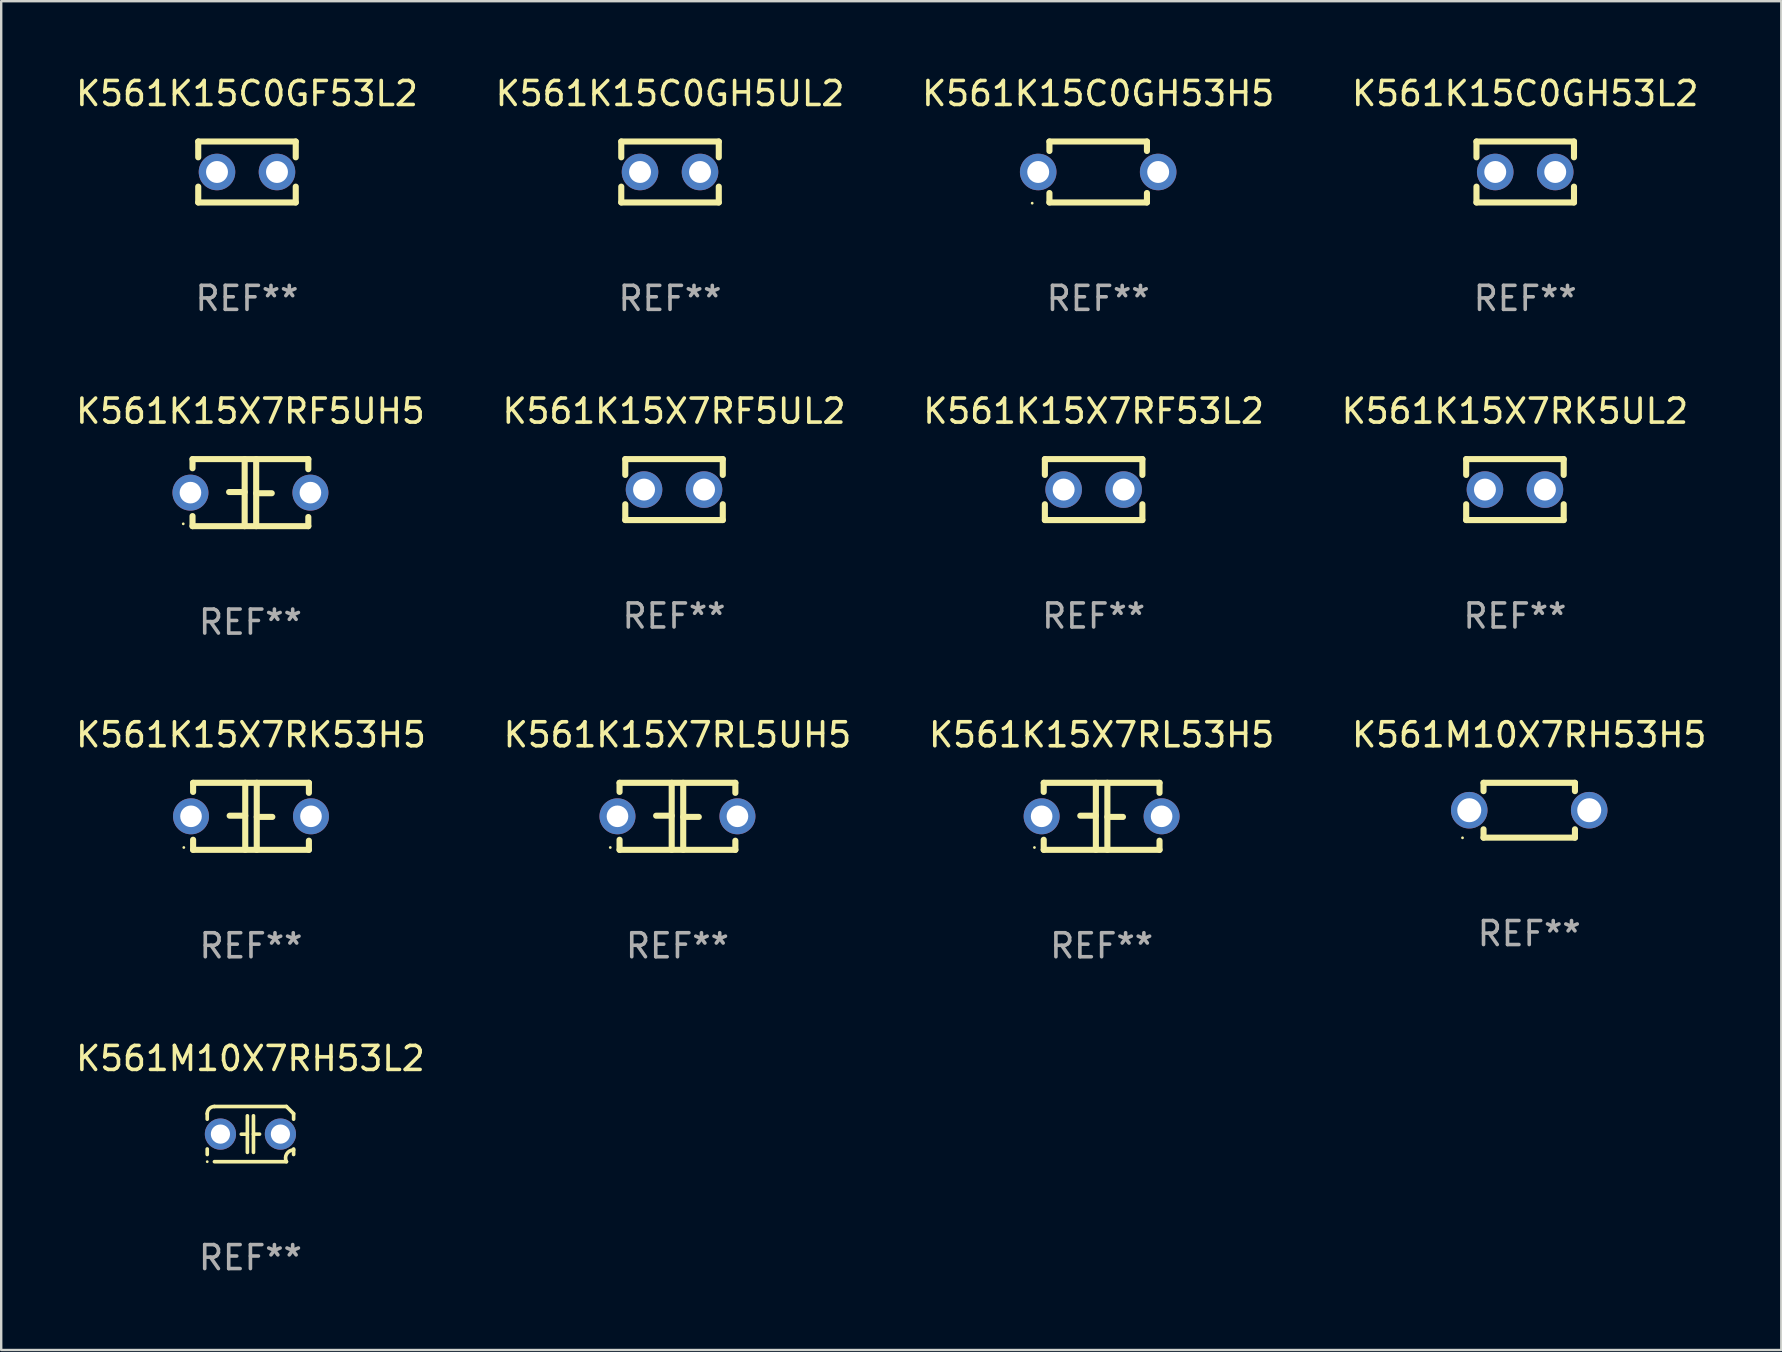
<source format=kicad_pcb>
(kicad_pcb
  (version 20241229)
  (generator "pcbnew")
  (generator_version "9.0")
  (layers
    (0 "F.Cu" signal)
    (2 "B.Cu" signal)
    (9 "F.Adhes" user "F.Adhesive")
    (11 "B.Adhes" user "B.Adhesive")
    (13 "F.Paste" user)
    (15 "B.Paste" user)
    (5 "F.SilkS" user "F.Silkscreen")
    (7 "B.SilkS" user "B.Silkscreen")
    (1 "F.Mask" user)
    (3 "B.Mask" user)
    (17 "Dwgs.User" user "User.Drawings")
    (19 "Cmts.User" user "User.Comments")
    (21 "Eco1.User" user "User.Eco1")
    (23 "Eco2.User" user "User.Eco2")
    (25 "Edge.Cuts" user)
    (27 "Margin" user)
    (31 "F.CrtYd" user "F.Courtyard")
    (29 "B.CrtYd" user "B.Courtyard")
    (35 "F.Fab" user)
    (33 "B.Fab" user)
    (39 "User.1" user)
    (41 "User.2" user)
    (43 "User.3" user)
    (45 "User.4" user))
  (footprint "K561K15X7RL5UH5"
    (layer "F.Cu")
    (at 25.185 30.972)
    (property "Reference" "K561K15X7RL5UH5" (at 0 -3.397 0) (layer "F.SilkS") (effects (font (size 1 1) (thickness 0.15))))
    (attr through_hole)
    (fp_line (start -2.413 -1.397) (end 2.413 -1.397) (stroke (width 0.254) (type solid)) (layer "F.SilkS"))
    (fp_line (start -2.413 -1.016) (end -2.413 -1.397) (stroke (width 0.254) (type solid)) (layer "F.SilkS"))
    (fp_line (start -2.413 0.977) (end -2.413 1.397) (stroke (width 0.254) (type solid)) (layer "F.SilkS"))
    (fp_line (start -0.24 -0.025) (end -0.889 -0.025) (stroke (width 0.254) (type solid)) (layer "F.SilkS"))
    (fp_line (start -0.24 1.397) (end -0.24 -1.397) (stroke (width 0.254) (type solid)) (layer "F.SilkS"))
    (fp_line (start 0.24 -1.397) (end 0.24 1.397) (stroke (width 0.254) (type solid)) (layer "F.SilkS"))
    (fp_line (start 0.24 0.025) (end 0.889 0.025) (stroke (width 0.254) (type solid)) (layer "F.SilkS"))
    (fp_line (start 2.413 -0.977) (end 2.413 -1.397) (stroke (width 0.254) (type solid)) (layer "F.SilkS"))
    (fp_line (start 2.413 1.016) (end 2.413 1.397) (stroke (width 0.254) (type solid)) (layer "F.SilkS"))
    (fp_line (start 2.413 1.397) (end -2.413 1.397) (stroke (width 0.254) (type solid)) (layer "F.SilkS"))
    (fp_circle (center -2.8 1.3) (end -2.77 1.3) (stroke (width 0.06) (type solid)) (fill no) (layer "F.SilkS"))
    (fp_text user "REF**" (at 0 5.397 0) (layer "F.Fab") (effects (font (size 1 1) (thickness 0.15))))
    (pad "1" thru_hole circle (at -2.5 0) (size 1.5 1.5) (drill 0.9) (layers "*.Cu" "*.Mask"))
    (pad "2" thru_hole circle (at 2.5 0) (size 1.5 1.5) (drill 0.9) (layers "*.Cu" "*.Mask")))
  (footprint "K561M10X7RH53H5"
    (layer "F.Cu")
    (at 60.685 30.718)
    (property "Reference" "K561M10X7RH53H5" (at 0 -3.143 0) (layer "F.SilkS") (effects (font (size 1 1) (thickness 0.15))))
    (attr through_hole)
    (fp_line (start -1.905 -1.143) (end 1.905 -1.143) (stroke (width 0.254) (type solid)) (layer "F.SilkS"))
    (fp_line (start -1.905 -0.795) (end -1.905 -1.143) (stroke (width 0.254) (type solid)) (layer "F.SilkS"))
    (fp_line (start -1.905 1.143) (end -1.905 0.795) (stroke (width 0.254) (type solid)) (layer "F.SilkS"))
    (fp_line (start 1.905 -1.143) (end 1.905 -0.795) (stroke (width 0.254) (type solid)) (layer "F.SilkS"))
    (fp_line (start 1.905 0.795) (end 1.905 1.143) (stroke (width 0.254) (type solid)) (layer "F.SilkS"))
    (fp_line (start 1.905 1.143) (end -1.905 1.143) (stroke (width 0.254) (type solid)) (layer "F.SilkS"))
    (fp_circle (center -2.781 1.15) (end -2.751 1.15) (stroke (width 0.06) (type solid)) (fill no) (layer "F.SilkS"))
    (fp_text user "REF**" (at 0 5.143 0) (layer "F.Fab") (effects (font (size 1 1) (thickness 0.15))))
    (pad "1" thru_hole circle (at -2.5 0) (size 1.524 1.524) (drill 1) (layers "*.Cu" "*.Mask"))
    (pad "2" thru_hole circle (at 2.5 0) (size 1.524 1.524) (drill 1) (layers "*.Cu" "*.Mask")))
  (footprint "K561K15X7RK53H5"
    (layer "F.Cu")
    (at 7.411 30.972)
    (property "Reference" "K561K15X7RK53H5" (at 0 -3.397 0) (layer "F.SilkS") (effects (font (size 1 1) (thickness 0.15))))
    (attr through_hole)
    (fp_line (start -2.413 -1.397) (end 2.413 -1.397) (stroke (width 0.254) (type solid)) (layer "F.SilkS"))
    (fp_line (start -2.413 -1.016) (end -2.413 -1.397) (stroke (width 0.254) (type solid)) (layer "F.SilkS"))
    (fp_line (start -2.413 0.977) (end -2.413 1.397) (stroke (width 0.254) (type solid)) (layer "F.SilkS"))
    (fp_line (start -0.24 -0.025) (end -0.889 -0.025) (stroke (width 0.254) (type solid)) (layer "F.SilkS"))
    (fp_line (start -0.24 1.397) (end -0.24 -1.397) (stroke (width 0.254) (type solid)) (layer "F.SilkS"))
    (fp_line (start 0.24 -1.397) (end 0.24 1.397) (stroke (width 0.254) (type solid)) (layer "F.SilkS"))
    (fp_line (start 0.24 0.025) (end 0.889 0.025) (stroke (width 0.254) (type solid)) (layer "F.SilkS"))
    (fp_line (start 2.413 -0.977) (end 2.413 -1.397) (stroke (width 0.254) (type solid)) (layer "F.SilkS"))
    (fp_line (start 2.413 1.016) (end 2.413 1.397) (stroke (width 0.254) (type solid)) (layer "F.SilkS"))
    (fp_line (start 2.413 1.397) (end -2.413 1.397) (stroke (width 0.254) (type solid)) (layer "F.SilkS"))
    (fp_circle (center -2.8 1.3) (end -2.77 1.3) (stroke (width 0.06) (type solid)) (fill no) (layer "F.SilkS"))
    (fp_text user "REF**" (at 0 5.397 0) (layer "F.Fab") (effects (font (size 1 1) (thickness 0.15))))
    (pad "1" thru_hole circle (at -2.5 0) (size 1.5 1.5) (drill 0.9) (layers "*.Cu" "*.Mask"))
    (pad "2" thru_hole circle (at 2.5 0) (size 1.5 1.5) (drill 0.9) (layers "*.Cu" "*.Mask")))
  (footprint "K561K15X7RF53L2"
    (layer "F.Cu")
    (at 42.53 17.355)
    (property "Reference" "K561K15X7RF53L2" (at 0 -3.27 0) (layer "F.SilkS") (effects (font (size 1 1) (thickness 0.15))))
    (attr through_hole)
    (fp_line (start -2.032 -1.27) (end -2.032 -0.611) (stroke (width 0.254) (type solid)) (layer "F.SilkS"))
    (fp_line (start -2.032 0.611) (end -2.032 1.27) (stroke (width 0.254) (type solid)) (layer "F.SilkS"))
    (fp_line (start -2.032 1.27) (end 2.032 1.27) (stroke (width 0.254) (type solid)) (layer "F.SilkS"))
    (fp_line (start 2.032 -1.27) (end -2.032 -1.27) (stroke (width 0.254) (type solid)) (layer "F.SilkS"))
    (fp_line (start 2.032 -0.611) (end 2.032 -1.27) (stroke (width 0.254) (type solid)) (layer "F.SilkS"))
    (fp_line (start 2.032 1.27) (end 2.032 0.611) (stroke (width 0.254) (type solid)) (layer "F.SilkS"))
    (fp_circle (center -2 1.3) (end -1.97 1.3) (stroke (width 0.06) (type solid)) (fill no) (layer "F.SilkS"))
    (fp_text user "REF**" (at 0 5.27 0) (layer "F.Fab") (effects (font (size 1 1) (thickness 0.15))))
    (pad "1" thru_hole circle (at -1.25 0) (size 1.524 1.524) (drill 0.914) (layers "*.Cu" "*.Mask"))
    (pad "2" thru_hole circle (at 1.25 0) (size 1.524 1.524) (drill 0.914) (layers "*.Cu" "*.Mask")))
  (footprint "K561K15X7RF5UL2"
    (layer "F.Cu")
    (at 25.042 17.355)
    (property "Reference" "K561K15X7RF5UL2" (at 0 -3.27 0) (layer "F.SilkS") (effects (font (size 1 1) (thickness 0.15))))
    (attr through_hole)
    (fp_line (start -2.032 -1.27) (end -2.032 -0.611) (stroke (width 0.254) (type solid)) (layer "F.SilkS"))
    (fp_line (start -2.032 0.611) (end -2.032 1.27) (stroke (width 0.254) (type solid)) (layer "F.SilkS"))
    (fp_line (start -2.032 1.27) (end 2.032 1.27) (stroke (width 0.254) (type solid)) (layer "F.SilkS"))
    (fp_line (start 2.032 -1.27) (end -2.032 -1.27) (stroke (width 0.254) (type solid)) (layer "F.SilkS"))
    (fp_line (start 2.032 -0.611) (end 2.032 -1.27) (stroke (width 0.254) (type solid)) (layer "F.SilkS"))
    (fp_line (start 2.032 1.27) (end 2.032 0.611) (stroke (width 0.254) (type solid)) (layer "F.SilkS"))
    (fp_circle (center -2 1.3) (end -1.97 1.3) (stroke (width 0.06) (type solid)) (fill no) (layer "F.SilkS"))
    (fp_text user "REF**" (at 0 5.27 0) (layer "F.Fab") (effects (font (size 1 1) (thickness 0.15))))
    (pad "1" thru_hole circle (at -1.25 0) (size 1.524 1.524) (drill 0.914) (layers "*.Cu" "*.Mask"))
    (pad "2" thru_hole circle (at 1.25 0) (size 1.524 1.524) (drill 0.914) (layers "*.Cu" "*.Mask")))
  (footprint "K561K15X7RF5UH5"
    (layer "F.Cu")
    (at 7.387 17.482)
    (property "Reference" "K561K15X7RF5UH5" (at 0 -3.397 0) (layer "F.SilkS") (effects (font (size 1 1) (thickness 0.15))))
    (attr through_hole)
    (fp_line (start -2.413 -1.397) (end 2.413 -1.397) (stroke (width 0.254) (type solid)) (layer "F.SilkS"))
    (fp_line (start -2.413 -1.016) (end -2.413 -1.397) (stroke (width 0.254) (type solid)) (layer "F.SilkS"))
    (fp_line (start -2.413 0.977) (end -2.413 1.397) (stroke (width 0.254) (type solid)) (layer "F.SilkS"))
    (fp_line (start -0.24 -0.025) (end -0.889 -0.025) (stroke (width 0.254) (type solid)) (layer "F.SilkS"))
    (fp_line (start -0.24 1.397) (end -0.24 -1.397) (stroke (width 0.254) (type solid)) (layer "F.SilkS"))
    (fp_line (start 0.24 -1.397) (end 0.24 1.397) (stroke (width 0.254) (type solid)) (layer "F.SilkS"))
    (fp_line (start 0.24 0.025) (end 0.889 0.025) (stroke (width 0.254) (type solid)) (layer "F.SilkS"))
    (fp_line (start 2.413 -0.977) (end 2.413 -1.397) (stroke (width 0.254) (type solid)) (layer "F.SilkS"))
    (fp_line (start 2.413 1.016) (end 2.413 1.397) (stroke (width 0.254) (type solid)) (layer "F.SilkS"))
    (fp_line (start 2.413 1.397) (end -2.413 1.397) (stroke (width 0.254) (type solid)) (layer "F.SilkS"))
    (fp_circle (center -2.8 1.3) (end -2.77 1.3) (stroke (width 0.06) (type solid)) (fill no) (layer "F.SilkS"))
    (fp_text user "REF**" (at 0 5.397 0) (layer "F.Fab") (effects (font (size 1 1) (thickness 0.15))))
    (pad "1" thru_hole circle (at -2.5 0) (size 1.5 1.5) (drill 0.9) (layers "*.Cu" "*.Mask"))
    (pad "2" thru_hole circle (at 2.5 0) (size 1.5 1.5) (drill 0.9) (layers "*.Cu" "*.Mask")))
  (footprint "K561K15X7RL53H5"
    (layer "F.Cu")
    (at 42.863 30.972)
    (property "Reference" "K561K15X7RL53H5" (at 0 -3.397 0) (layer "F.SilkS") (effects (font (size 1 1) (thickness 0.15))))
    (attr through_hole)
    (fp_line (start -2.413 -1.397) (end 2.413 -1.397) (stroke (width 0.254) (type solid)) (layer "F.SilkS"))
    (fp_line (start -2.413 -1.016) (end -2.413 -1.397) (stroke (width 0.254) (type solid)) (layer "F.SilkS"))
    (fp_line (start -2.413 0.977) (end -2.413 1.397) (stroke (width 0.254) (type solid)) (layer "F.SilkS"))
    (fp_line (start -0.24 -0.025) (end -0.889 -0.025) (stroke (width 0.254) (type solid)) (layer "F.SilkS"))
    (fp_line (start -0.24 1.397) (end -0.24 -1.397) (stroke (width 0.254) (type solid)) (layer "F.SilkS"))
    (fp_line (start 0.24 -1.397) (end 0.24 1.397) (stroke (width 0.254) (type solid)) (layer "F.SilkS"))
    (fp_line (start 0.24 0.025) (end 0.889 0.025) (stroke (width 0.254) (type solid)) (layer "F.SilkS"))
    (fp_line (start 2.413 -0.977) (end 2.413 -1.397) (stroke (width 0.254) (type solid)) (layer "F.SilkS"))
    (fp_line (start 2.413 1.016) (end 2.413 1.397) (stroke (width 0.254) (type solid)) (layer "F.SilkS"))
    (fp_line (start 2.413 1.397) (end -2.413 1.397) (stroke (width 0.254) (type solid)) (layer "F.SilkS"))
    (fp_circle (center -2.8 1.3) (end -2.77 1.3) (stroke (width 0.06) (type solid)) (fill no) (layer "F.SilkS"))
    (fp_text user "REF**" (at 0 5.397 0) (layer "F.Fab") (effects (font (size 1 1) (thickness 0.15))))
    (pad "1" thru_hole circle (at -2.5 0) (size 1.5 1.5) (drill 0.9) (layers "*.Cu" "*.Mask"))
    (pad "2" thru_hole circle (at 2.5 0) (size 1.5 1.5) (drill 0.9) (layers "*.Cu" "*.Mask")))
  (footprint "K561K15C0GH53H5"
    (layer "F.Cu")
    (at 42.72 4.118)
    (property "Reference" "K561K15C0GH53H5" (at 0 -3.27 0) (layer "F.SilkS") (effects (font (size 1 1) (thickness 0.15))))
    (attr through_hole)
    (fp_line (start -2.032 -1.27) (end -2.032 -0.876) (stroke (width 0.254) (type solid)) (layer "F.SilkS"))
    (fp_line (start -2.032 0.876) (end -2.032 1.27) (stroke (width 0.254) (type solid)) (layer "F.SilkS"))
    (fp_line (start -2.032 1.27) (end 2.032 1.27) (stroke (width 0.254) (type solid)) (layer "F.SilkS"))
    (fp_line (start 2.032 -1.27) (end -2.032 -1.27) (stroke (width 0.254) (type solid)) (layer "F.SilkS"))
    (fp_line (start 2.032 -0.876) (end 2.032 -1.27) (stroke (width 0.254) (type solid)) (layer "F.SilkS"))
    (fp_line (start 2.032 1.27) (end 2.032 0.876) (stroke (width 0.254) (type solid)) (layer "F.SilkS"))
    (fp_circle (center -2.751 1.3) (end -2.721 1.3) (stroke (width 0.06) (type solid)) (fill no) (layer "F.SilkS"))
    (fp_text user "REF**" (at 0 5.27 0) (layer "F.Fab") (effects (font (size 1 1) (thickness 0.15))))
    (pad "1" thru_hole circle (at -2.5 0) (size 1.524 1.524) (drill 0.914) (layers "*.Cu" "*.Mask"))
    (pad "2" thru_hole circle (at 2.5 0) (size 1.524 1.524) (drill 0.914) (layers "*.Cu" "*.Mask")))
  (footprint "K561K15C0GH5UL2"
    (layer "F.Cu")
    (at 24.875 4.118)
    (property "Reference" "K561K15C0GH5UL2" (at 0 -3.27 0) (layer "F.SilkS") (effects (font (size 1 1) (thickness 0.15))))
    (attr through_hole)
    (fp_line (start -2.032 -1.27) (end -2.032 -0.611) (stroke (width 0.254) (type solid)) (layer "F.SilkS"))
    (fp_line (start -2.032 0.611) (end -2.032 1.27) (stroke (width 0.254) (type solid)) (layer "F.SilkS"))
    (fp_line (start -2.032 1.27) (end 2.032 1.27) (stroke (width 0.254) (type solid)) (layer "F.SilkS"))
    (fp_line (start 2.032 -1.27) (end -2.032 -1.27) (stroke (width 0.254) (type solid)) (layer "F.SilkS"))
    (fp_line (start 2.032 -0.611) (end 2.032 -1.27) (stroke (width 0.254) (type solid)) (layer "F.SilkS"))
    (fp_line (start 2.032 1.27) (end 2.032 0.611) (stroke (width 0.254) (type solid)) (layer "F.SilkS"))
    (fp_circle (center -2 1.3) (end -1.97 1.3) (stroke (width 0.06) (type solid)) (fill no) (layer "F.SilkS"))
    (fp_text user "REF**" (at 0 5.27 0) (layer "F.Fab") (effects (font (size 1 1) (thickness 0.15))))
    (pad "1" thru_hole circle (at -1.25 0) (size 1.524 1.524) (drill 0.914) (layers "*.Cu" "*.Mask"))
    (pad "2" thru_hole circle (at 1.25 0) (size 1.524 1.524) (drill 0.914) (layers "*.Cu" "*.Mask")))
  (footprint "K561K15C0GH53L2"
    (layer "F.Cu")
    (at 60.518 4.118)
    (property "Reference" "K561K15C0GH53L2" (at 0 -3.27 0) (layer "F.SilkS") (effects (font (size 1 1) (thickness 0.15))))
    (attr through_hole)
    (fp_line (start -2.032 -1.27) (end -2.032 -0.611) (stroke (width 0.254) (type solid)) (layer "F.SilkS"))
    (fp_line (start -2.032 0.611) (end -2.032 1.27) (stroke (width 0.254) (type solid)) (layer "F.SilkS"))
    (fp_line (start -2.032 1.27) (end 2.032 1.27) (stroke (width 0.254) (type solid)) (layer "F.SilkS"))
    (fp_line (start 2.032 -1.27) (end -2.032 -1.27) (stroke (width 0.254) (type solid)) (layer "F.SilkS"))
    (fp_line (start 2.032 -0.611) (end 2.032 -1.27) (stroke (width 0.254) (type solid)) (layer "F.SilkS"))
    (fp_line (start 2.032 1.27) (end 2.032 0.611) (stroke (width 0.254) (type solid)) (layer "F.SilkS"))
    (fp_circle (center -2 1.3) (end -1.97 1.3) (stroke (width 0.06) (type solid)) (fill no) (layer "F.SilkS"))
    (fp_text user "REF**" (at 0 5.27 0) (layer "F.Fab") (effects (font (size 1 1) (thickness 0.15))))
    (pad "1" thru_hole circle (at -1.25 0) (size 1.524 1.524) (drill 0.914) (layers "*.Cu" "*.Mask"))
    (pad "2" thru_hole circle (at 1.25 0) (size 1.524 1.524) (drill 0.914) (layers "*.Cu" "*.Mask")))
  (footprint "K561K15X7RK5UL2"
    (layer "F.Cu")
    (at 60.089 17.355)
    (property "Reference" "K561K15X7RK5UL2" (at 0 -3.27 0) (layer "F.SilkS") (effects (font (size 1 1) (thickness 0.15))))
    (attr through_hole)
    (fp_line (start -2.032 -1.27) (end -2.032 -0.611) (stroke (width 0.254) (type solid)) (layer "F.SilkS"))
    (fp_line (start -2.032 0.611) (end -2.032 1.27) (stroke (width 0.254) (type solid)) (layer "F.SilkS"))
    (fp_line (start -2.032 1.27) (end 2.032 1.27) (stroke (width 0.254) (type solid)) (layer "F.SilkS"))
    (fp_line (start 2.032 -1.27) (end -2.032 -1.27) (stroke (width 0.254) (type solid)) (layer "F.SilkS"))
    (fp_line (start 2.032 -0.611) (end 2.032 -1.27) (stroke (width 0.254) (type solid)) (layer "F.SilkS"))
    (fp_line (start 2.032 1.27) (end 2.032 0.611) (stroke (width 0.254) (type solid)) (layer "F.SilkS"))
    (fp_circle (center -2 1.3) (end -1.97 1.3) (stroke (width 0.06) (type solid)) (fill no) (layer "F.SilkS"))
    (fp_text user "REF**" (at 0 5.27 0) (layer "F.Fab") (effects (font (size 1 1) (thickness 0.15))))
    (pad "1" thru_hole circle (at -1.25 0) (size 1.524 1.524) (drill 0.914) (layers "*.Cu" "*.Mask"))
    (pad "2" thru_hole circle (at 1.25 0) (size 1.524 1.524) (drill 0.914) (layers "*.Cu" "*.Mask")))
  (footprint "K561M10X7RH53L2"
    (layer "F.Cu")
    (at 7.387 44.216)
    (property "Reference" "K561M10X7RH53L2" (at 0 -3.15 0) (layer "F.SilkS") (effects (font (size 1 1) (thickness 0.15))))
    (attr through_hole)
    (fp_line (start -1.8 -0.621) (end -1.8 -0.85) (stroke (width 0.152) (type solid)) (layer "F.SilkS"))
    (fp_line (start -1.8 0.85) (end -1.8 0.621) (stroke (width 0.152) (type solid)) (layer "F.SilkS"))
    (fp_line (start -1.5 -1.15) (end 1.5 -1.15) (stroke (width 0.152) (type solid)) (layer "F.SilkS"))
    (fp_line (start -0.127 -0.762) (end -0.127 0.762) (stroke (width 0.152) (type solid)) (layer "F.SilkS"))
    (fp_line (start -0.127 0.005) (end -0.381 0.005) (stroke (width 0.152) (type solid)) (layer "F.SilkS"))
    (fp_line (start 0.127 -0.762) (end 0.127 0.762) (stroke (width 0.152) (type solid)) (layer "F.SilkS"))
    (fp_line (start 0.127 0.002) (end 0.381 0.002) (stroke (width 0.152) (type solid)) (layer "F.SilkS"))
    (fp_line (start 1.5 1.15) (end -1.5 1.15) (stroke (width 0.152) (type solid)) (layer "F.SilkS"))
    (fp_line (start 1.8 -0.85) (end 1.8 -0.621) (stroke (width 0.152) (type solid)) (layer "F.SilkS"))
    (fp_line (start 1.8 0.621) (end 1.8 0.85) (stroke (width 0.152) (type solid)) (layer "F.SilkS"))
    (fp_arc (start -1.799975 -0.849987) (mid -1.712107 -1.062119) (end -1.499975 -1.149987) (stroke (width 0.151994) (type solid)) (layer "F.SilkS"))
    (fp_arc (start 1.499975 1.149987) (mid 1.513726 0.822359) (end 1.799975 0.662387) (stroke (width 0.151994) (type solid)) (layer "F.SilkS"))
    (fp_arc (start 1.500001 -1.149986) (mid 1.650015 -1.000001) (end 1.8 -0.849987) (stroke (width 0.151994) (type solid)) (layer "F.SilkS"))
    (fp_circle (center -1.8 1.15) (end -1.77 1.15) (stroke (width 0.06) (type solid)) (fill no) (layer "F.SilkS"))
    (fp_text user "REF**" (at 0 5.15 0) (layer "F.Fab") (effects (font (size 1 1) (thickness 0.15))))
    (pad "1" thru_hole circle (at -1.25 0) (size 1.3 1.3) (drill 0.8) (layers "*.Cu" "*.Mask"))
    (pad "2" thru_hole circle (at 1.25 0) (size 1.3 1.3) (drill 0.8) (layers "*.Cu" "*.Mask")))
  (footprint "K561K15C0GF53L2"
    (layer "F.Cu")
    (at 7.244 4.118)
    (property "Reference" "K561K15C0GF53L2" (at 0 -3.27 0) (layer "F.SilkS") (effects (font (size 1 1) (thickness 0.15))))
    (attr through_hole)
    (fp_line (start -2.032 -1.27) (end -2.032 -0.611) (stroke (width 0.254) (type solid)) (layer "F.SilkS"))
    (fp_line (start -2.032 0.611) (end -2.032 1.27) (stroke (width 0.254) (type solid)) (layer "F.SilkS"))
    (fp_line (start -2.032 1.27) (end 2.032 1.27) (stroke (width 0.254) (type solid)) (layer "F.SilkS"))
    (fp_line (start 2.032 -1.27) (end -2.032 -1.27) (stroke (width 0.254) (type solid)) (layer "F.SilkS"))
    (fp_line (start 2.032 -0.611) (end 2.032 -1.27) (stroke (width 0.254) (type solid)) (layer "F.SilkS"))
    (fp_line (start 2.032 1.27) (end 2.032 0.611) (stroke (width 0.254) (type solid)) (layer "F.SilkS"))
    (fp_circle (center -2 1.3) (end -1.97 1.3) (stroke (width 0.06) (type solid)) (fill no) (layer "F.SilkS"))
    (fp_text user "REF**" (at 0 5.27 0) (layer "F.Fab") (effects (font (size 1 1) (thickness 0.15))))
    (pad "1" thru_hole circle (at -1.25 0) (size 1.524 1.524) (drill 0.914) (layers "*.Cu" "*.Mask"))
    (pad "2" thru_hole circle (at 1.25 0) (size 1.524 1.524) (drill 0.914) (layers "*.Cu" "*.Mask")))
  (gr_rect
    (start -3 -3)
    (end 71.19 53.214)
    (stroke (width 0.1) (type default))
    (fill no)
    (layer "Edge.Cuts")))
</source>
